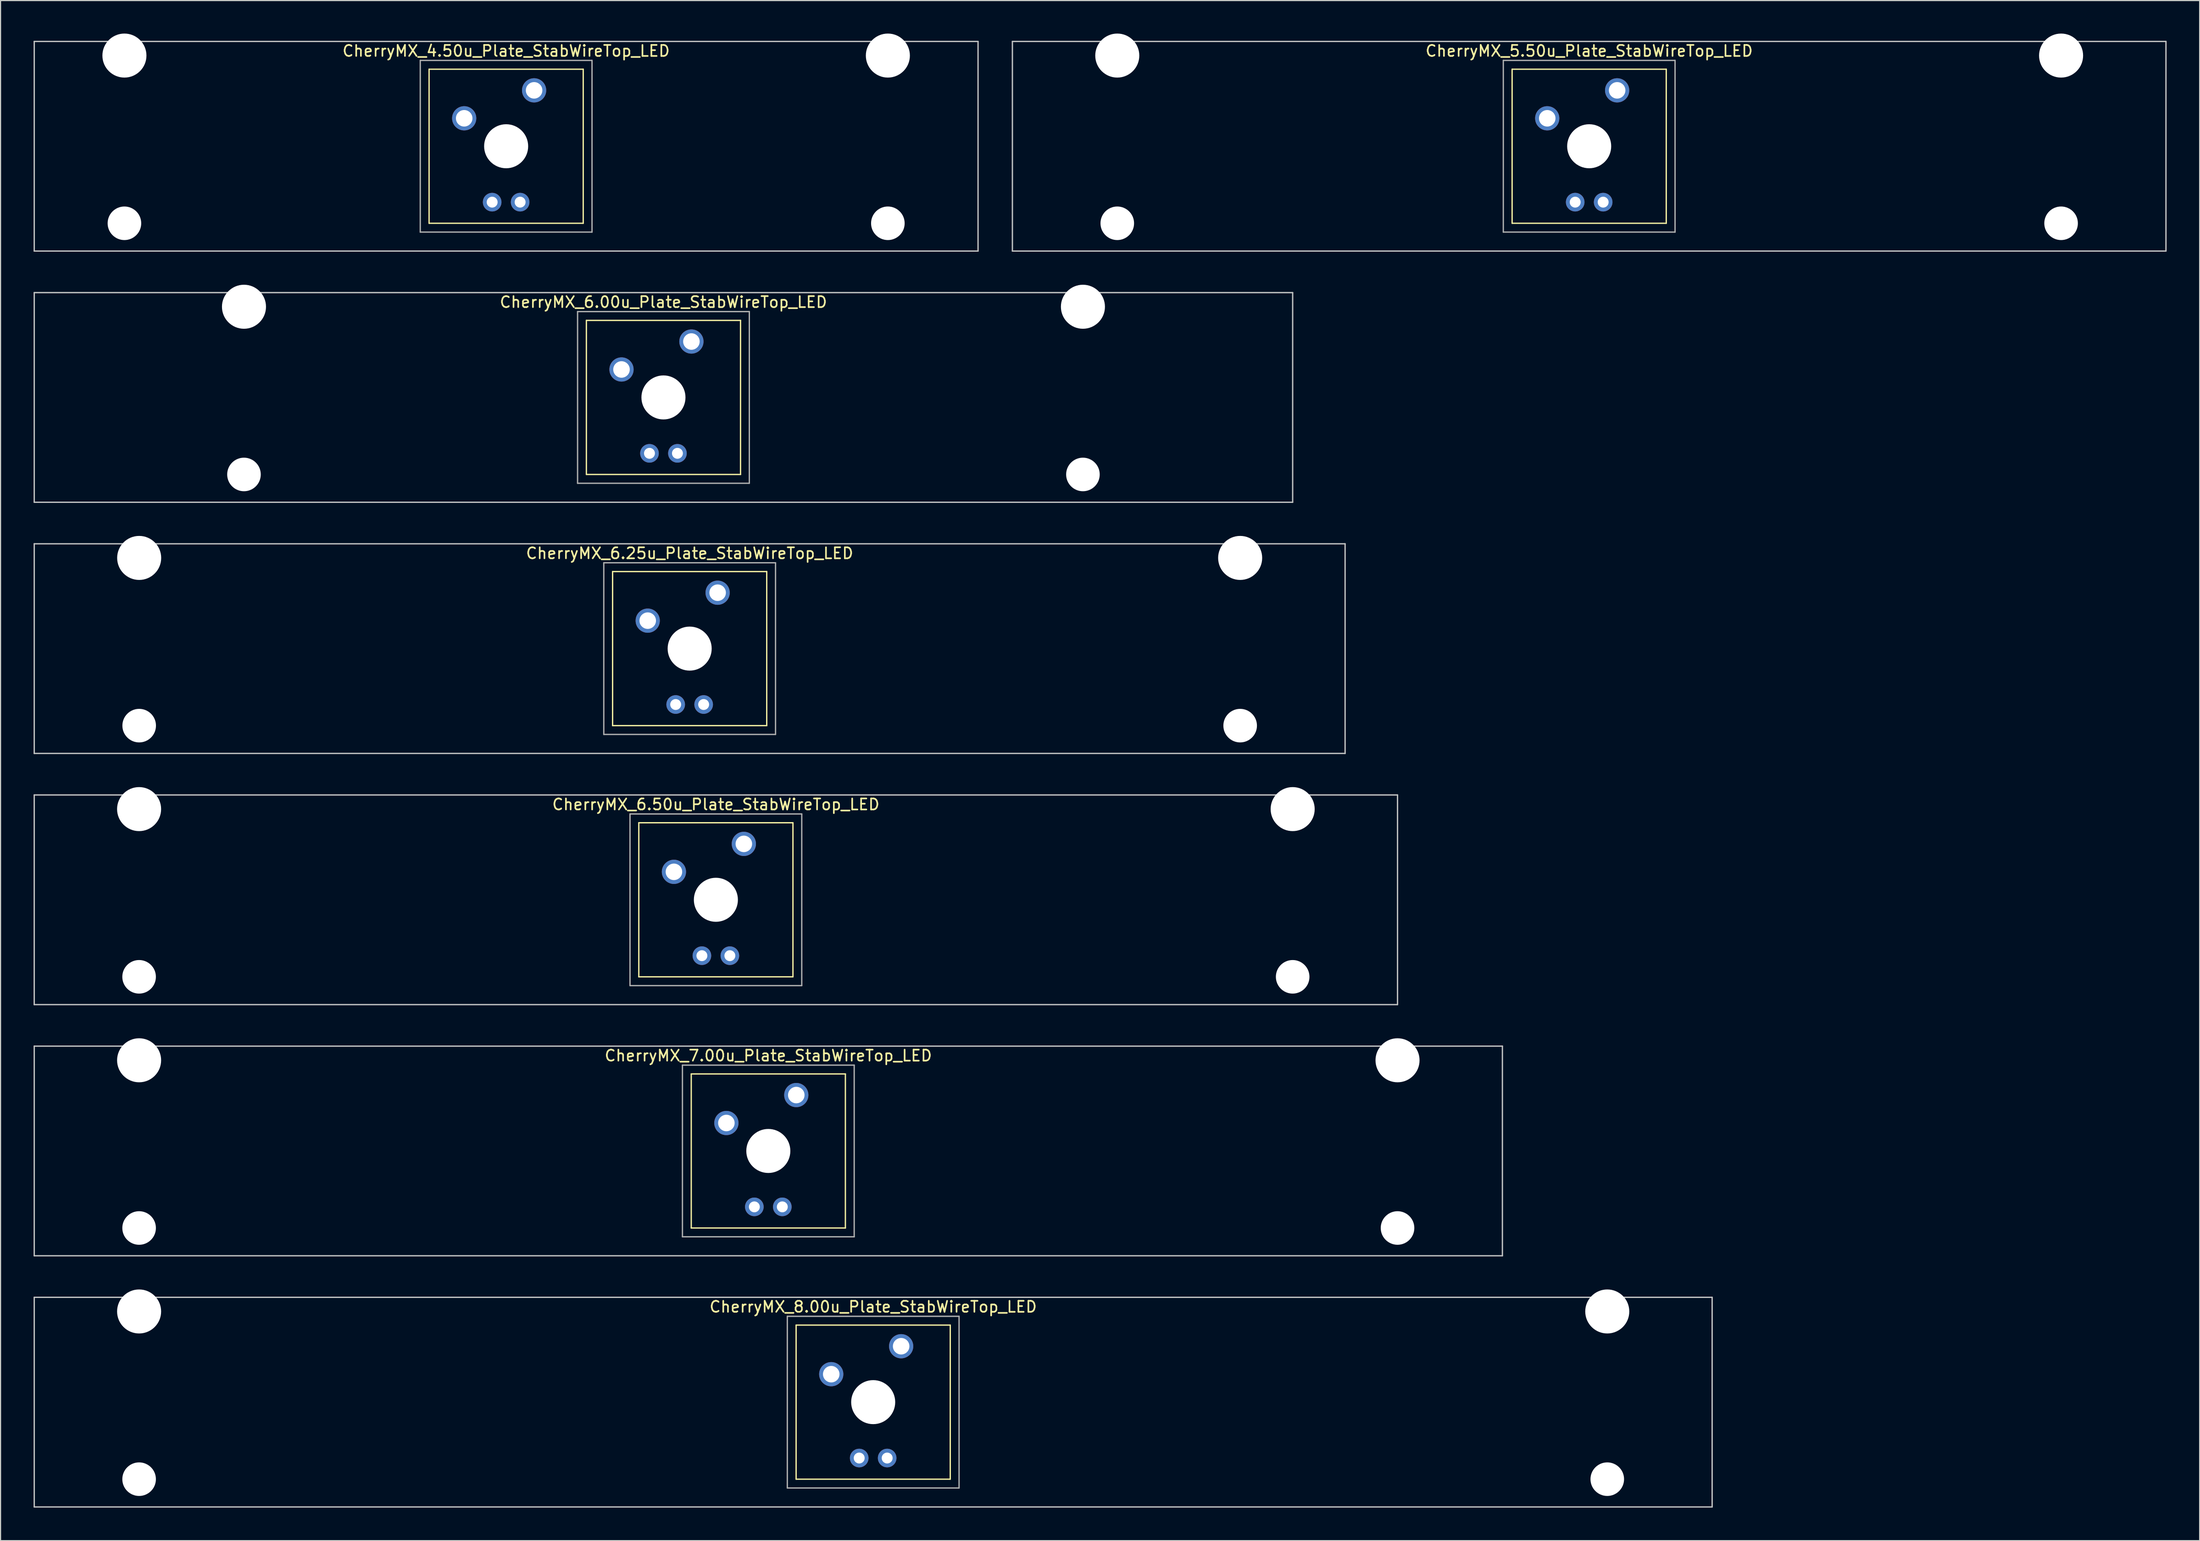
<source format=kicad_pcb>
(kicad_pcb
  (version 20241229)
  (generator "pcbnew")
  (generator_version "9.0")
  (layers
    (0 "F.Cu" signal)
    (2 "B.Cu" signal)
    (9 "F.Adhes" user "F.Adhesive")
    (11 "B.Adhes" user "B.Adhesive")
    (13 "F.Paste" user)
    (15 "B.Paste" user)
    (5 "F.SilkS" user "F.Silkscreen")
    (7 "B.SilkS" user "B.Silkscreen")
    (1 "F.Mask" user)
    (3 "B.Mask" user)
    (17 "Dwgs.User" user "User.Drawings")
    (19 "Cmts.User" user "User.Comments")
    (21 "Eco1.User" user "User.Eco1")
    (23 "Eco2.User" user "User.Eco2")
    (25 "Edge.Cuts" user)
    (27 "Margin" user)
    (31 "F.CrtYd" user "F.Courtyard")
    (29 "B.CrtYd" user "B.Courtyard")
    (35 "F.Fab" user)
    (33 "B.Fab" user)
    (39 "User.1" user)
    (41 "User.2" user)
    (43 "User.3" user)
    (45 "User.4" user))
  (footprint "CherryMX_8.00u_Plate_StabWireTop_LED"
    (layer "F.Cu")
    (at 76.26 124.365)
    (property "Reference" "CherryMX_8.00u_Plate_StabWireTop_LED" (at 0 -8.662 0) (layer "F.SilkS") (effects (font (size 1 1) (thickness 0.15))))
    (attr through_hole)
    (fp_line (start -7 -7) (end -7 7) (stroke (width 0.12) (type solid)) (layer "F.SilkS"))
    (fp_line (start -7 -7) (end 7 -7) (stroke (width 0.12) (type solid)) (layer "F.SilkS"))
    (fp_line (start 7 -7) (end 7 7) (stroke (width 0.12) (type solid)) (layer "F.SilkS"))
    (fp_line (start 7 7) (end -7 7) (stroke (width 0.12) (type solid)) (layer "F.SilkS"))
    (fp_line (start -76.2 -9.525) (end 76.2 -9.525) (stroke (width 0.12) (type solid)) (layer "Dwgs.User"))
    (fp_line (start -76.2 9.525) (end -76.2 -9.525) (stroke (width 0.12) (type solid)) (layer "Dwgs.User"))
    (fp_line (start 76.2 -9.525) (end 76.2 9.525) (stroke (width 0.12) (type solid)) (layer "Dwgs.User"))
    (fp_line (start 76.2 9.525) (end -76.2 9.525) (stroke (width 0.12) (type solid)) (layer "Dwgs.User"))
    (fp_line (start -7.8 -7.8) (end -7.8 7.8) (stroke (width 0.12) (type solid)) (layer "F.Fab"))
    (fp_line (start -7.8 -7.8) (end 7.8 -7.8) (stroke (width 0.12) (type solid)) (layer "F.Fab"))
    (fp_line (start -7.8 7.8) (end 7.8 7.8) (stroke (width 0.12) (type solid)) (layer "F.Fab"))
    (fp_line (start 7.8 -7.8) (end 7.8 7.8) (stroke (width 0.12) (type solid)) (layer "F.Fab"))
    (pad "" np_thru_hole circle (at -66.675 -8.24) (size 4 4) (drill 4) (layers "*.Cu" "*.Mask"))
    (pad "" np_thru_hole circle (at -66.675 7) (size 3.05 3.05) (drill 3.05) (layers "*.Cu" "*.Mask"))
    (pad "" np_thru_hole circle (at 0 0) (size 4 4) (drill 4) (layers "*.Cu" "*.Mask"))
    (pad "" np_thru_hole circle (at 66.675 -8.24) (size 4 4) (drill 4) (layers "*.Cu" "*.Mask"))
    (pad "" np_thru_hole circle (at 66.675 7) (size 3.05 3.05) (drill 3.05) (layers "*.Cu" "*.Mask"))
    (pad "1" thru_hole circle (at -3.81 -2.54) (size 2.2 2.2) (drill 1.5) (layers "*.Cu" "*.Mask"))
    (pad "2" thru_hole circle (at 2.54 -5.08) (size 2.2 2.2) (drill 1.5) (layers "*.Cu" "*.Mask"))
    (pad "3" thru_hole circle (at -1.27 5.08) (size 1.691 1.691) (drill 0.991) (layers "*.Cu" "*.Mask"))
    (pad "4" thru_hole circle (at 1.27 5.08) (size 1.691 1.691) (drill 0.991) (layers "*.Cu" "*.Mask")))
  (footprint "CherryMX_4.50u_Plate_StabWireTop_LED"
    (layer "F.Cu")
    (at 42.922 10.24)
    (property "Reference" "CherryMX_4.50u_Plate_StabWireTop_LED" (at 0 -8.662 0) (layer "F.SilkS") (effects (font (size 1 1) (thickness 0.15))))
    (attr through_hole)
    (fp_line (start -7 -7) (end -7 7) (stroke (width 0.12) (type solid)) (layer "F.SilkS"))
    (fp_line (start -7 -7) (end 7 -7) (stroke (width 0.12) (type solid)) (layer "F.SilkS"))
    (fp_line (start 7 -7) (end 7 7) (stroke (width 0.12) (type solid)) (layer "F.SilkS"))
    (fp_line (start 7 7) (end -7 7) (stroke (width 0.12) (type solid)) (layer "F.SilkS"))
    (fp_line (start -42.862 -9.525) (end 42.862 -9.525) (stroke (width 0.12) (type solid)) (layer "Dwgs.User"))
    (fp_line (start -42.862 9.525) (end -42.862 -9.525) (stroke (width 0.12) (type solid)) (layer "Dwgs.User"))
    (fp_line (start 42.862 -9.525) (end 42.862 9.525) (stroke (width 0.12) (type solid)) (layer "Dwgs.User"))
    (fp_line (start 42.862 9.525) (end -42.862 9.525) (stroke (width 0.12) (type solid)) (layer "Dwgs.User"))
    (fp_line (start -7.8 -7.8) (end -7.8 7.8) (stroke (width 0.12) (type solid)) (layer "F.Fab"))
    (fp_line (start -7.8 -7.8) (end 7.8 -7.8) (stroke (width 0.12) (type solid)) (layer "F.Fab"))
    (fp_line (start -7.8 7.8) (end 7.8 7.8) (stroke (width 0.12) (type solid)) (layer "F.Fab"))
    (fp_line (start 7.8 -7.8) (end 7.8 7.8) (stroke (width 0.12) (type solid)) (layer "F.Fab"))
    (pad "" np_thru_hole circle (at -34.671 -8.24) (size 4 4) (drill 4) (layers "*.Cu" "*.Mask"))
    (pad "" np_thru_hole circle (at -34.671 7) (size 3.05 3.05) (drill 3.05) (layers "*.Cu" "*.Mask"))
    (pad "" np_thru_hole circle (at 0 0) (size 4 4) (drill 4) (layers "*.Cu" "*.Mask"))
    (pad "" np_thru_hole circle (at 34.671 -8.24) (size 4 4) (drill 4) (layers "*.Cu" "*.Mask"))
    (pad "" np_thru_hole circle (at 34.671 7) (size 3.05 3.05) (drill 3.05) (layers "*.Cu" "*.Mask"))
    (pad "1" thru_hole circle (at -3.81 -2.54) (size 2.2 2.2) (drill 1.5) (layers "*.Cu" "*.Mask"))
    (pad "2" thru_hole circle (at 2.54 -5.08) (size 2.2 2.2) (drill 1.5) (layers "*.Cu" "*.Mask"))
    (pad "3" thru_hole circle (at -1.27 5.08) (size 1.691 1.691) (drill 0.991) (layers "*.Cu" "*.Mask"))
    (pad "4" thru_hole circle (at 1.27 5.08) (size 1.691 1.691) (drill 0.991) (layers "*.Cu" "*.Mask")))
  (footprint "CherryMX_5.50u_Plate_StabWireTop_LED"
    (layer "F.Cu")
    (at 141.292 10.24)
    (property "Reference" "CherryMX_5.50u_Plate_StabWireTop_LED" (at 0 -8.662 0) (layer "F.SilkS") (effects (font (size 1 1) (thickness 0.15))))
    (attr through_hole)
    (fp_line (start -7 -7) (end -7 7) (stroke (width 0.12) (type solid)) (layer "F.SilkS"))
    (fp_line (start -7 -7) (end 7 -7) (stroke (width 0.12) (type solid)) (layer "F.SilkS"))
    (fp_line (start 7 -7) (end 7 7) (stroke (width 0.12) (type solid)) (layer "F.SilkS"))
    (fp_line (start 7 7) (end -7 7) (stroke (width 0.12) (type solid)) (layer "F.SilkS"))
    (fp_line (start -52.388 -9.525) (end 52.388 -9.525) (stroke (width 0.12) (type solid)) (layer "Dwgs.User"))
    (fp_line (start -52.388 9.525) (end -52.388 -9.525) (stroke (width 0.12) (type solid)) (layer "Dwgs.User"))
    (fp_line (start 52.388 -9.525) (end 52.388 9.525) (stroke (width 0.12) (type solid)) (layer "Dwgs.User"))
    (fp_line (start 52.388 9.525) (end -52.388 9.525) (stroke (width 0.12) (type solid)) (layer "Dwgs.User"))
    (fp_line (start -7.8 -7.8) (end -7.8 7.8) (stroke (width 0.12) (type solid)) (layer "F.Fab"))
    (fp_line (start -7.8 -7.8) (end 7.8 -7.8) (stroke (width 0.12) (type solid)) (layer "F.Fab"))
    (fp_line (start -7.8 7.8) (end 7.8 7.8) (stroke (width 0.12) (type solid)) (layer "F.Fab"))
    (fp_line (start 7.8 -7.8) (end 7.8 7.8) (stroke (width 0.12) (type solid)) (layer "F.Fab"))
    (pad "" np_thru_hole circle (at -42.862 -8.24) (size 4 4) (drill 4) (layers "*.Cu" "*.Mask"))
    (pad "" np_thru_hole circle (at -42.862 7) (size 3.05 3.05) (drill 3.05) (layers "*.Cu" "*.Mask"))
    (pad "" np_thru_hole circle (at 0 0) (size 4 4) (drill 4) (layers "*.Cu" "*.Mask"))
    (pad "" np_thru_hole circle (at 42.862 -8.24) (size 4 4) (drill 4) (layers "*.Cu" "*.Mask"))
    (pad "" np_thru_hole circle (at 42.862 7) (size 3.05 3.05) (drill 3.05) (layers "*.Cu" "*.Mask"))
    (pad "1" thru_hole circle (at -3.81 -2.54) (size 2.2 2.2) (drill 1.5) (layers "*.Cu" "*.Mask"))
    (pad "2" thru_hole circle (at 2.54 -5.08) (size 2.2 2.2) (drill 1.5) (layers "*.Cu" "*.Mask"))
    (pad "3" thru_hole circle (at -1.27 5.08) (size 1.691 1.691) (drill 0.991) (layers "*.Cu" "*.Mask"))
    (pad "4" thru_hole circle (at 1.27 5.08) (size 1.691 1.691) (drill 0.991) (layers "*.Cu" "*.Mask")))
  (footprint "CherryMX_6.50u_Plate_StabWireTop_LED"
    (layer "F.Cu")
    (at 61.972 78.715)
    (property "Reference" "CherryMX_6.50u_Plate_StabWireTop_LED" (at 0 -8.662 0) (layer "F.SilkS") (effects (font (size 1 1) (thickness 0.15))))
    (attr through_hole)
    (fp_line (start -7 -7) (end -7 7) (stroke (width 0.12) (type solid)) (layer "F.SilkS"))
    (fp_line (start -7 -7) (end 7 -7) (stroke (width 0.12) (type solid)) (layer "F.SilkS"))
    (fp_line (start 7 -7) (end 7 7) (stroke (width 0.12) (type solid)) (layer "F.SilkS"))
    (fp_line (start 7 7) (end -7 7) (stroke (width 0.12) (type solid)) (layer "F.SilkS"))
    (fp_line (start -61.913 -9.525) (end 61.913 -9.525) (stroke (width 0.12) (type solid)) (layer "Dwgs.User"))
    (fp_line (start -61.913 9.525) (end -61.913 -9.525) (stroke (width 0.12) (type solid)) (layer "Dwgs.User"))
    (fp_line (start 61.913 -9.525) (end 61.913 9.525) (stroke (width 0.12) (type solid)) (layer "Dwgs.User"))
    (fp_line (start 61.913 9.525) (end -61.913 9.525) (stroke (width 0.12) (type solid)) (layer "Dwgs.User"))
    (fp_line (start -7.8 -7.8) (end -7.8 7.8) (stroke (width 0.12) (type solid)) (layer "F.Fab"))
    (fp_line (start -7.8 -7.8) (end 7.8 -7.8) (stroke (width 0.12) (type solid)) (layer "F.Fab"))
    (fp_line (start -7.8 7.8) (end 7.8 7.8) (stroke (width 0.12) (type solid)) (layer "F.Fab"))
    (fp_line (start 7.8 -7.8) (end 7.8 7.8) (stroke (width 0.12) (type solid)) (layer "F.Fab"))
    (pad "" np_thru_hole circle (at -52.388 -8.24) (size 4 4) (drill 4) (layers "*.Cu" "*.Mask"))
    (pad "" np_thru_hole circle (at -52.388 7) (size 3.05 3.05) (drill 3.05) (layers "*.Cu" "*.Mask"))
    (pad "" np_thru_hole circle (at 0 0) (size 4 4) (drill 4) (layers "*.Cu" "*.Mask"))
    (pad "" np_thru_hole circle (at 52.388 -8.24) (size 4 4) (drill 4) (layers "*.Cu" "*.Mask"))
    (pad "" np_thru_hole circle (at 52.388 7) (size 3.05 3.05) (drill 3.05) (layers "*.Cu" "*.Mask"))
    (pad "1" thru_hole circle (at -3.81 -2.54) (size 2.2 2.2) (drill 1.5) (layers "*.Cu" "*.Mask"))
    (pad "2" thru_hole circle (at 2.54 -5.08) (size 2.2 2.2) (drill 1.5) (layers "*.Cu" "*.Mask"))
    (pad "3" thru_hole circle (at -1.27 5.08) (size 1.691 1.691) (drill 0.991) (layers "*.Cu" "*.Mask"))
    (pad "4" thru_hole circle (at 1.27 5.08) (size 1.691 1.691) (drill 0.991) (layers "*.Cu" "*.Mask")))
  (footprint "CherryMX_6.00u_Plate_StabWireTop_LED"
    (layer "F.Cu")
    (at 57.21 33.065)
    (property "Reference" "CherryMX_6.00u_Plate_StabWireTop_LED" (at 0 -8.662 0) (layer "F.SilkS") (effects (font (size 1 1) (thickness 0.15))))
    (attr through_hole)
    (fp_line (start -7 -7) (end -7 7) (stroke (width 0.12) (type solid)) (layer "F.SilkS"))
    (fp_line (start -7 -7) (end 7 -7) (stroke (width 0.12) (type solid)) (layer "F.SilkS"))
    (fp_line (start 7 -7) (end 7 7) (stroke (width 0.12) (type solid)) (layer "F.SilkS"))
    (fp_line (start 7 7) (end -7 7) (stroke (width 0.12) (type solid)) (layer "F.SilkS"))
    (fp_line (start -57.15 -9.525) (end 57.15 -9.525) (stroke (width 0.12) (type solid)) (layer "Dwgs.User"))
    (fp_line (start -57.15 9.525) (end -57.15 -9.525) (stroke (width 0.12) (type solid)) (layer "Dwgs.User"))
    (fp_line (start 57.15 -9.525) (end 57.15 9.525) (stroke (width 0.12) (type solid)) (layer "Dwgs.User"))
    (fp_line (start 57.15 9.525) (end -57.15 9.525) (stroke (width 0.12) (type solid)) (layer "Dwgs.User"))
    (fp_line (start -7.8 -7.8) (end -7.8 7.8) (stroke (width 0.12) (type solid)) (layer "F.Fab"))
    (fp_line (start -7.8 -7.8) (end 7.8 -7.8) (stroke (width 0.12) (type solid)) (layer "F.Fab"))
    (fp_line (start -7.8 7.8) (end 7.8 7.8) (stroke (width 0.12) (type solid)) (layer "F.Fab"))
    (fp_line (start 7.8 -7.8) (end 7.8 7.8) (stroke (width 0.12) (type solid)) (layer "F.Fab"))
    (pad "" np_thru_hole circle (at -38.1 -8.24) (size 4 4) (drill 4) (layers "*.Cu" "*.Mask"))
    (pad "" np_thru_hole circle (at -38.1 7) (size 3.05 3.05) (drill 3.05) (layers "*.Cu" "*.Mask"))
    (pad "" np_thru_hole circle (at 0 0) (size 4 4) (drill 4) (layers "*.Cu" "*.Mask"))
    (pad "" np_thru_hole circle (at 38.1 -8.24) (size 4 4) (drill 4) (layers "*.Cu" "*.Mask"))
    (pad "" np_thru_hole circle (at 38.1 7) (size 3.05 3.05) (drill 3.05) (layers "*.Cu" "*.Mask"))
    (pad "1" thru_hole circle (at -3.81 -2.54) (size 2.2 2.2) (drill 1.5) (layers "*.Cu" "*.Mask"))
    (pad "2" thru_hole circle (at 2.54 -5.08) (size 2.2 2.2) (drill 1.5) (layers "*.Cu" "*.Mask"))
    (pad "3" thru_hole circle (at -1.27 5.08) (size 1.691 1.691) (drill 0.991) (layers "*.Cu" "*.Mask"))
    (pad "4" thru_hole circle (at 1.27 5.08) (size 1.691 1.691) (drill 0.991) (layers "*.Cu" "*.Mask")))
  (footprint "CherryMX_7.00u_Plate_StabWireTop_LED"
    (layer "F.Cu")
    (at 66.735 101.54)
    (property "Reference" "CherryMX_7.00u_Plate_StabWireTop_LED" (at 0 -8.662 0) (layer "F.SilkS") (effects (font (size 1 1) (thickness 0.15))))
    (attr through_hole)
    (fp_line (start -7 -7) (end -7 7) (stroke (width 0.12) (type solid)) (layer "F.SilkS"))
    (fp_line (start -7 -7) (end 7 -7) (stroke (width 0.12) (type solid)) (layer "F.SilkS"))
    (fp_line (start 7 -7) (end 7 7) (stroke (width 0.12) (type solid)) (layer "F.SilkS"))
    (fp_line (start 7 7) (end -7 7) (stroke (width 0.12) (type solid)) (layer "F.SilkS"))
    (fp_line (start -66.675 -9.525) (end 66.675 -9.525) (stroke (width 0.12) (type solid)) (layer "Dwgs.User"))
    (fp_line (start -66.675 9.525) (end -66.675 -9.525) (stroke (width 0.12) (type solid)) (layer "Dwgs.User"))
    (fp_line (start 66.675 -9.525) (end 66.675 9.525) (stroke (width 0.12) (type solid)) (layer "Dwgs.User"))
    (fp_line (start 66.675 9.525) (end -66.675 9.525) (stroke (width 0.12) (type solid)) (layer "Dwgs.User"))
    (fp_line (start -7.8 -7.8) (end -7.8 7.8) (stroke (width 0.12) (type solid)) (layer "F.Fab"))
    (fp_line (start -7.8 -7.8) (end 7.8 -7.8) (stroke (width 0.12) (type solid)) (layer "F.Fab"))
    (fp_line (start -7.8 7.8) (end 7.8 7.8) (stroke (width 0.12) (type solid)) (layer "F.Fab"))
    (fp_line (start 7.8 -7.8) (end 7.8 7.8) (stroke (width 0.12) (type solid)) (layer "F.Fab"))
    (pad "" np_thru_hole circle (at -57.15 -8.24) (size 4 4) (drill 4) (layers "*.Cu" "*.Mask"))
    (pad "" np_thru_hole circle (at -57.15 7) (size 3.05 3.05) (drill 3.05) (layers "*.Cu" "*.Mask"))
    (pad "" np_thru_hole circle (at 0 0) (size 4 4) (drill 4) (layers "*.Cu" "*.Mask"))
    (pad "" np_thru_hole circle (at 57.15 -8.24) (size 4 4) (drill 4) (layers "*.Cu" "*.Mask"))
    (pad "" np_thru_hole circle (at 57.15 7) (size 3.05 3.05) (drill 3.05) (layers "*.Cu" "*.Mask"))
    (pad "1" thru_hole circle (at -3.81 -2.54) (size 2.2 2.2) (drill 1.5) (layers "*.Cu" "*.Mask"))
    (pad "2" thru_hole circle (at 2.54 -5.08) (size 2.2 2.2) (drill 1.5) (layers "*.Cu" "*.Mask"))
    (pad "3" thru_hole circle (at -1.27 5.08) (size 1.691 1.691) (drill 0.991) (layers "*.Cu" "*.Mask"))
    (pad "4" thru_hole circle (at 1.27 5.08) (size 1.691 1.691) (drill 0.991) (layers "*.Cu" "*.Mask")))
  (footprint "CherryMX_6.25u_Plate_StabWireTop_LED"
    (layer "F.Cu")
    (at 59.591 55.89)
    (property "Reference" "CherryMX_6.25u_Plate_StabWireTop_LED" (at 0 -8.662 0) (layer "F.SilkS") (effects (font (size 1 1) (thickness 0.15))))
    (attr through_hole)
    (fp_line (start -7 -7) (end -7 7) (stroke (width 0.12) (type solid)) (layer "F.SilkS"))
    (fp_line (start -7 -7) (end 7 -7) (stroke (width 0.12) (type solid)) (layer "F.SilkS"))
    (fp_line (start 7 -7) (end 7 7) (stroke (width 0.12) (type solid)) (layer "F.SilkS"))
    (fp_line (start 7 7) (end -7 7) (stroke (width 0.12) (type solid)) (layer "F.SilkS"))
    (fp_line (start -59.531 -9.525) (end 59.531 -9.525) (stroke (width 0.12) (type solid)) (layer "Dwgs.User"))
    (fp_line (start -59.531 9.525) (end -59.531 -9.525) (stroke (width 0.12) (type solid)) (layer "Dwgs.User"))
    (fp_line (start 59.531 -9.525) (end 59.531 9.525) (stroke (width 0.12) (type solid)) (layer "Dwgs.User"))
    (fp_line (start 59.531 9.525) (end -59.531 9.525) (stroke (width 0.12) (type solid)) (layer "Dwgs.User"))
    (fp_line (start -7.8 -7.8) (end -7.8 7.8) (stroke (width 0.12) (type solid)) (layer "F.Fab"))
    (fp_line (start -7.8 -7.8) (end 7.8 -7.8) (stroke (width 0.12) (type solid)) (layer "F.Fab"))
    (fp_line (start -7.8 7.8) (end 7.8 7.8) (stroke (width 0.12) (type solid)) (layer "F.Fab"))
    (fp_line (start 7.8 -7.8) (end 7.8 7.8) (stroke (width 0.12) (type solid)) (layer "F.Fab"))
    (pad "" np_thru_hole circle (at -50 -8.24) (size 4 4) (drill 4) (layers "*.Cu" "*.Mask"))
    (pad "" np_thru_hole circle (at -50 7) (size 3.05 3.05) (drill 3.05) (layers "*.Cu" "*.Mask"))
    (pad "" np_thru_hole circle (at 0 0) (size 4 4) (drill 4) (layers "*.Cu" "*.Mask"))
    (pad "" np_thru_hole circle (at 50 -8.24) (size 4 4) (drill 4) (layers "*.Cu" "*.Mask"))
    (pad "" np_thru_hole circle (at 50 7) (size 3.05 3.05) (drill 3.05) (layers "*.Cu" "*.Mask"))
    (pad "1" thru_hole circle (at -3.81 -2.54) (size 2.2 2.2) (drill 1.5) (layers "*.Cu" "*.Mask"))
    (pad "2" thru_hole circle (at 2.54 -5.08) (size 2.2 2.2) (drill 1.5) (layers "*.Cu" "*.Mask"))
    (pad "3" thru_hole circle (at -1.27 5.08) (size 1.691 1.691) (drill 0.991) (layers "*.Cu" "*.Mask"))
    (pad "4" thru_hole circle (at 1.27 5.08) (size 1.691 1.691) (drill 0.991) (layers "*.Cu" "*.Mask")))
  (gr_rect
    (start -3 -3)
    (end 196.74 136.95)
    (stroke (width 0.1) (type default))
    (fill no)
    (layer "Edge.Cuts")))
</source>
